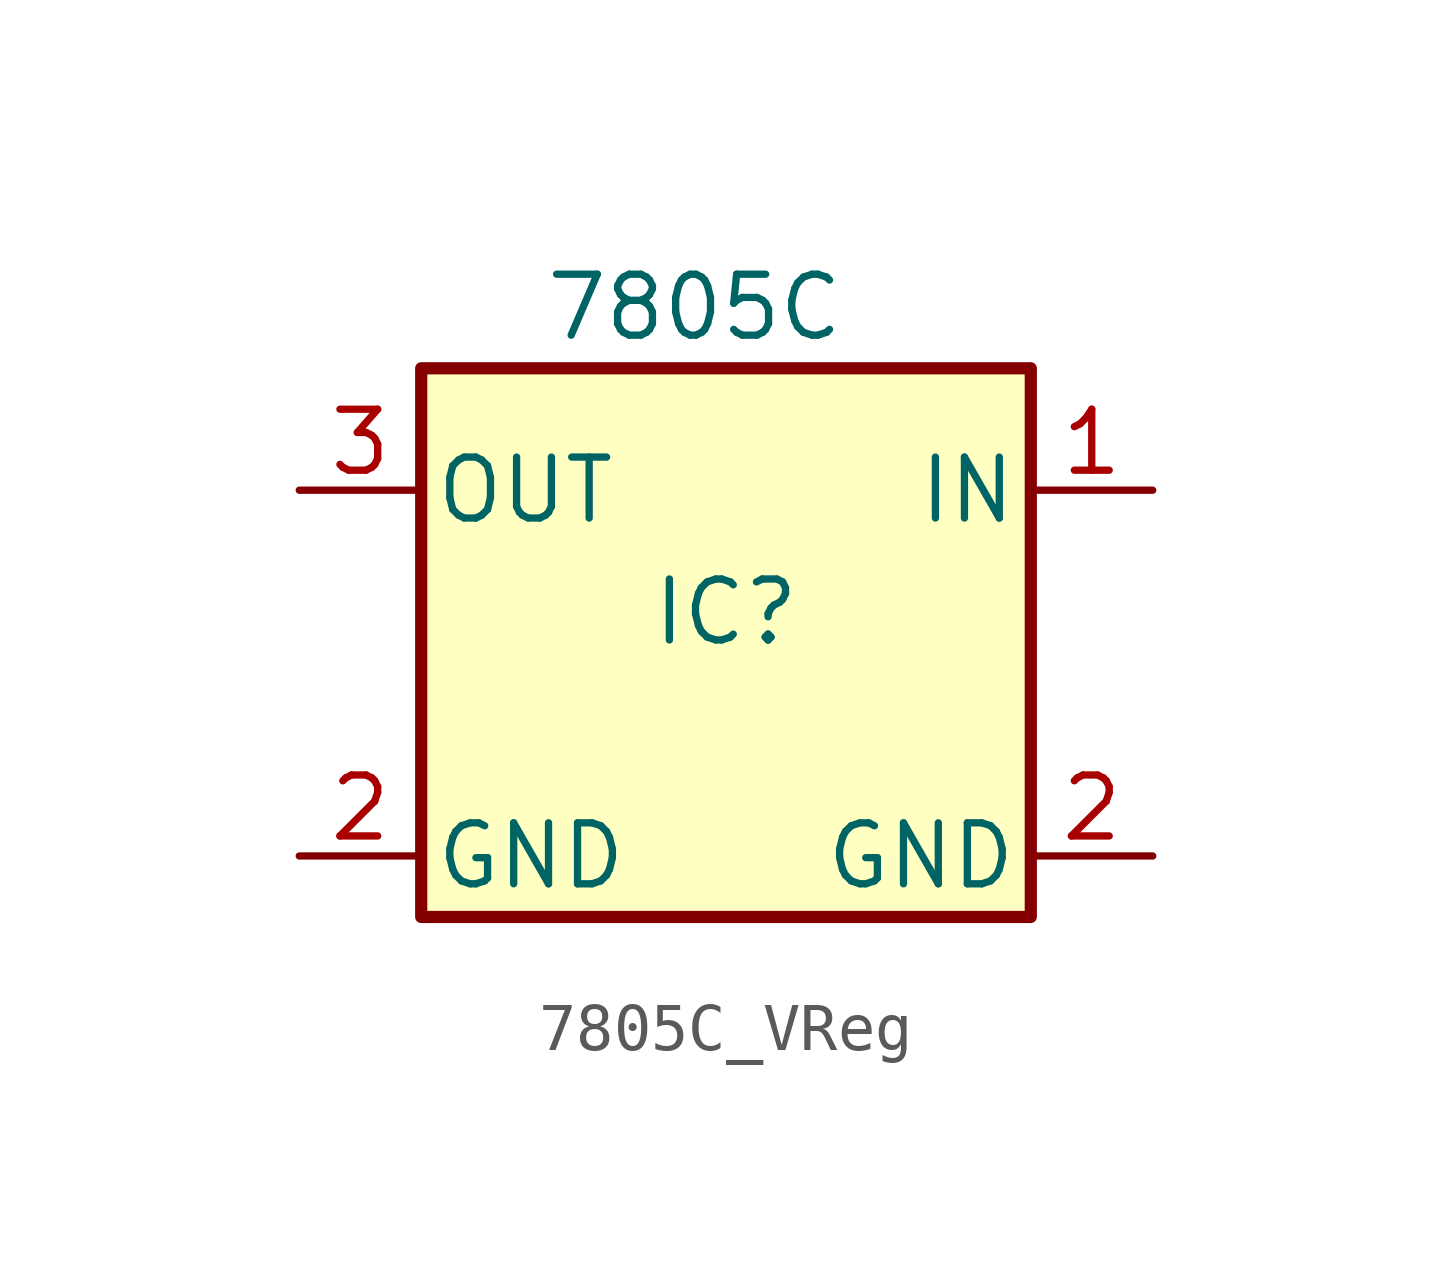
<source format=kicad_sym>
(kicad_symbol_lib
  (version 20220914)
  (generator kicad_symbol_editor)
  (symbol "7805C_VReg"
    (pin_names
      (offset 0.254))
    (property "Reference" "IC"
      (at 0 0 0)
      (effects (font (size 1.27 1.27))))
    (property "Value" "7805C"
      (at -3.81 6.35 0)
      (effects (font (size 1.27 1.27)) (justify left)))
    (symbol "7805C_VReg_0_1"
      (rectangle (start -6.35 5.08) (end 6.35 -6.35) (stroke (width 0.254) (type solid)) (fill (type background))))
    (symbol "7805C_VReg_1_1"
      (pin power_out line (at 8.89 2.54 180) (length 2.54) (name "IN" (effects (font (size 1.27 1.27)))) (number "1" (effects (font (size 1.27 1.27)))))
      (pin power_in line (at -8.89 -5.08 0) (length 2.54) (name "GND" (effects (font (size 1.27 1.27)))) (number "2" (effects (font (size 1.27 1.27)))))
      (pin power_in line (at 8.89 -5.08 180) (length 2.54) (name "GND" (effects (font (size 1.27 1.27)))) (number "2" (effects (font (size 1.27 1.27)))))
      (pin power_in line (at -8.89 2.54 0) (length 2.54) (name "OUT" (effects (font (size 1.27 1.27)))) (number "3" (effects (font (size 1.27 1.27))))))))
</source>
